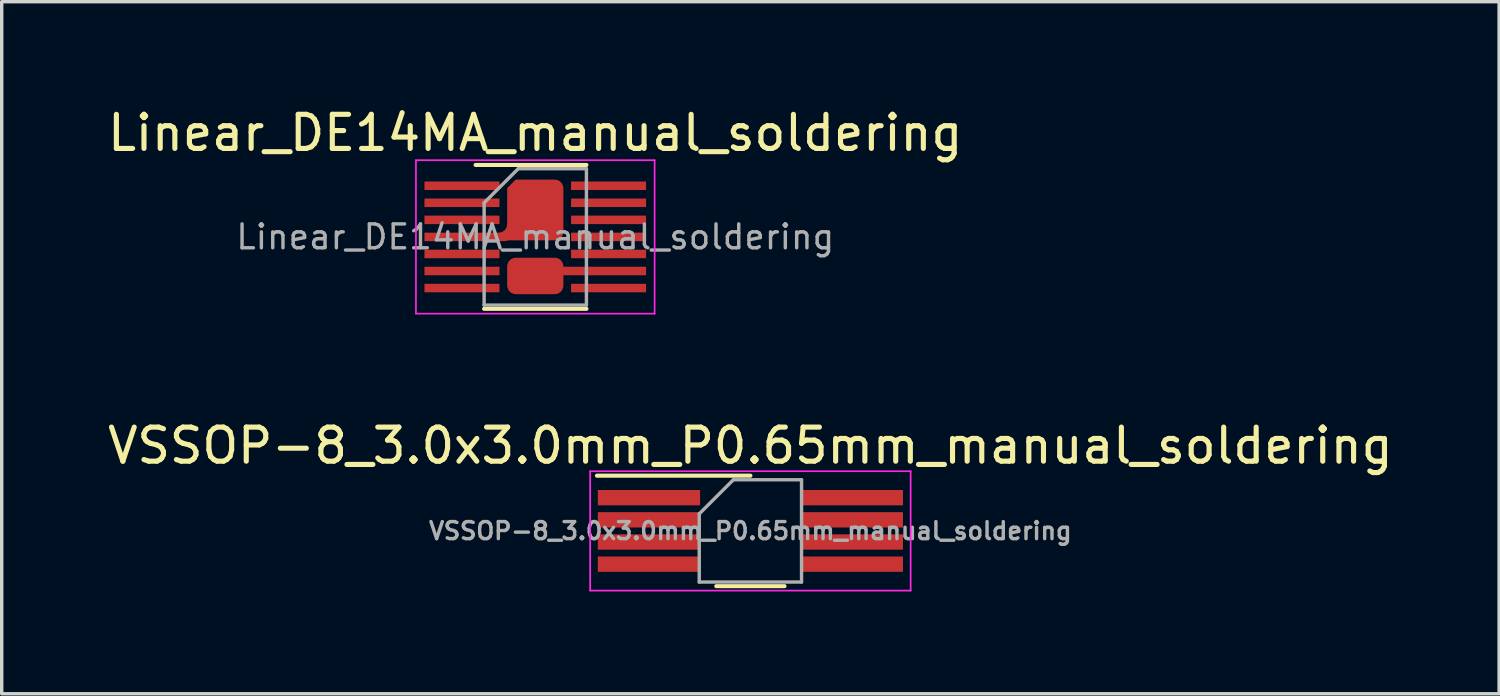
<source format=kicad_pcb>
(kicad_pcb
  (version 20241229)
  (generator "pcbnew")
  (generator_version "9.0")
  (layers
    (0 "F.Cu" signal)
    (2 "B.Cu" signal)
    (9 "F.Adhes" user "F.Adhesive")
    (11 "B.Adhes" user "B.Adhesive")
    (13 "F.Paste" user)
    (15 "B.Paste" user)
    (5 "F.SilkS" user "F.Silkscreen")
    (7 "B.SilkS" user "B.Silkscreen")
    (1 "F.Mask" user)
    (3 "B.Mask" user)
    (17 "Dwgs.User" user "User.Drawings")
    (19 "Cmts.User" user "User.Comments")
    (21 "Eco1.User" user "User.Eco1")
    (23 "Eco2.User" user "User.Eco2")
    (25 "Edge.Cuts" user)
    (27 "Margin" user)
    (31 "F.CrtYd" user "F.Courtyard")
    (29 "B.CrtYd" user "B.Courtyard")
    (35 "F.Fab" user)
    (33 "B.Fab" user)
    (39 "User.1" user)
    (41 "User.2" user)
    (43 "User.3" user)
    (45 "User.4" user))
  (footprint "Linear_DE14MA_manual_soldering"
    (layer "F.Cu")
    (at 12.649 3.898)
    (property "Reference" "Linear_DE14MA_manual_soldering" (at 0 -3.05 0) (layer "F.SilkS") (effects (font (size 1 1) (thickness 0.15))))
    (attr smd)
    (fp_line (start -1.75 -2.11) (end 1.5 -2.11) (stroke (width 0.12) (type solid)) (layer "F.SilkS"))
    (fp_line (start -1.5 2.11) (end 1.5 2.11) (stroke (width 0.12) (type solid)) (layer "F.SilkS"))
    (fp_line (start -3.5 -2.25) (end -3.5 2.25) (stroke (width 0.05) (type solid)) (layer "F.CrtYd"))
    (fp_line (start -3.5 -2.25) (end 3.5 -2.25) (stroke (width 0.05) (type solid)) (layer "F.CrtYd"))
    (fp_line (start -3.5 2.25) (end 3.5 2.25) (stroke (width 0.05) (type solid)) (layer "F.CrtYd"))
    (fp_line (start 3.5 -2.25) (end 3.5 2.25) (stroke (width 0.05) (type solid)) (layer "F.CrtYd"))
    (fp_line (start -1.5 -1) (end -0.5 -2) (stroke (width 0.1) (type solid)) (layer "F.Fab"))
    (fp_line (start -1.5 2) (end -1.5 -1) (stroke (width 0.1) (type solid)) (layer "F.Fab"))
    (fp_line (start -0.5 -2) (end 1.5 -2) (stroke (width 0.1) (type solid)) (layer "F.Fab"))
    (fp_line (start 1.5 -2) (end 1.5 2) (stroke (width 0.1) (type solid)) (layer "F.Fab"))
    (fp_line (start 1.5 2) (end -1.5 2) (stroke (width 0.1) (type solid)) (layer "F.Fab"))
    (fp_text user "${REFERENCE}" (at 0 0 0) (layer "F.Fab") (effects (font (size 0.7 0.7) (thickness 0.1))))
    (pad "1" smd rect (at -2.15 -1.5) (size 2.2 0.25) (layers "F.Cu" "F.Mask" "F.Paste"))
    (pad "2" smd rect (at -2.15 -1) (size 2.2 0.25) (layers "F.Cu" "F.Mask" "F.Paste"))
    (pad "3" smd rect (at -2.15 -0.5) (size 2.2 0.25) (layers "F.Cu" "F.Mask" "F.Paste"))
    (pad "4" smd custom (at 0 -0.79) (size 1.65 1.28) (layers "F.Cu" "F.Mask" "F.Paste") (options (anchor rect)) (primitives (gr_circle (center 0.575 -0.64) (end 0.825 -0.64) (width 0) (fill yes)) (gr_circle (center 0.575 0.64) (end 0.825 0.64) (width 0) (fill yes)) (gr_poly (pts (xy -0.575 -0.89) (xy 0.575 -0.89) (xy 0.575 0.89) (xy -0.825 0.89) (xy -0.825 -0.64)) (width 0) (fill yes)) (gr_poly (pts (xy -0.78 0.665) (xy -3.25 0.665) (xy -3.25 0.915) (xy -0.88 0.915) (xy -0.78 0.89)) (width 0) (fill yes)) (gr_poly (pts (xy -1.075 0.665) (xy -1.025 0.66) (xy -0.977 0.645) (xy -0.935 0.622) (xy -0.897 0.591) (xy -0.866 0.552) (xy -0.844 0.511) (xy -0.83 0.464) (xy -0.825 0.415) (xy -0.825 0.665)) (width 0.001) (fill yes))))
    (pad "5" smd rect (at -2.15 0.5) (size 2.2 0.25) (layers "F.Cu" "F.Mask" "F.Paste"))
    (pad "6" smd rect (at -2.15 1) (size 2.2 0.25) (layers "F.Cu" "F.Mask" "F.Paste"))
    (pad "7" smd rect (at -2.15 1.5) (size 2.2 0.25) (layers "F.Cu" "F.Mask" "F.Paste"))
    (pad "8" smd rect (at 2.15 1.5) (size 2.2 0.25) (layers "F.Cu" "F.Mask" "F.Paste"))
    (pad "9" smd custom (at 0 1.145) (size 1.15 1.07) (layers "F.Cu" "F.Mask" "F.Paste") (options (anchor rect)) (primitives (gr_circle (center -0.575 -0.285) (end -0.325 -0.285) (width 0) (fill yes)) (gr_circle (center 0.575 -0.285) (end 0.825 -0.285) (width 0) (fill yes)) (gr_circle (center -0.575 0.285) (end -0.325 0.285) (width 0) (fill yes)) (gr_circle (center 0.575 0.285) (end 0.825 0.285) (width 0) (fill yes)) (gr_poly (pts (xy -0.825 -0.285) (xy 0.825 -0.285) (xy 0.825 0.285) (xy -0.825 0.285)) (width 0) (fill yes)) (gr_poly (pts (xy 0.825 -0.27) (xy 3.25 -0.27) (xy 3.25 -0.02) (xy 0.825 -0.02)) (width 0) (fill yes))))
    (pad "10" smd rect (at 2.15 0.5) (size 2.2 0.25) (layers "F.Cu" "F.Mask" "F.Paste"))
    (pad "11" smd rect (at 2.15 0) (size 2.2 0.25) (layers "F.Cu" "F.Mask" "F.Paste"))
    (pad "12" smd rect (at 2.15 -0.5) (size 2.2 0.25) (layers "F.Cu" "F.Mask" "F.Paste"))
    (pad "13" smd rect (at 2.15 -1) (size 2.2 0.25) (layers "F.Cu" "F.Mask" "F.Paste"))
    (pad "14" smd rect (at 2.15 -1.5) (size 2.2 0.25) (layers "F.Cu" "F.Mask" "F.Paste")))
  (footprint "VSSOP-8_3.0x3.0mm_P0.65mm_manual_soldering"
    (layer "F.Cu")
    (at 18.958 12.521)
    (property "Reference" "VSSOP-8_3.0x3.0mm_P0.65mm_manual_soldering" (at 0 -2.5 0) (layer "F.SilkS") (effects (font (size 1 1) (thickness 0.15))))
    (attr smd)
    (fp_line (start 0 -1.62) (end -4.5 -1.62) (stroke (width 0.12) (type solid)) (layer "F.SilkS"))
    (fp_line (start 1 1.62) (end -1 1.62) (stroke (width 0.12) (type solid)) (layer "F.SilkS"))
    (fp_line (start -4.7 -1.75) (end 4.7 -1.75) (stroke (width 0.05) (type solid)) (layer "F.CrtYd"))
    (fp_line (start -4.7 1.75) (end -4.7 -1.75) (stroke (width 0.05) (type solid)) (layer "F.CrtYd"))
    (fp_line (start 4.7 -1.75) (end 4.7 1.75) (stroke (width 0.05) (type solid)) (layer "F.CrtYd"))
    (fp_line (start 4.7 1.75) (end -4.7 1.75) (stroke (width 0.05) (type solid)) (layer "F.CrtYd"))
    (fp_line (start -1.5 1.5) (end -1.5 -0.5) (stroke (width 0.1) (type solid)) (layer "F.Fab"))
    (fp_line (start -0.5 -1.5) (end -1.5 -0.5) (stroke (width 0.1) (type solid)) (layer "F.Fab"))
    (fp_line (start -0.5 -1.5) (end 1.5 -1.5) (stroke (width 0.1) (type solid)) (layer "F.Fab"))
    (fp_line (start 1.5 -1.5) (end 1.5 1.5) (stroke (width 0.1) (type solid)) (layer "F.Fab"))
    (fp_line (start 1.5 1.5) (end -1.5 1.5) (stroke (width 0.1) (type solid)) (layer "F.Fab"))
    (fp_text user "${REFERENCE}" (at 0 0 0) (layer "F.Fab") (effects (font (size 0.5 0.5) (thickness 0.1))))
    (pad "1" smd rect (at -2.975 -0.975 270) (size 0.45 3) (layers "F.Cu" "F.Mask" "F.Paste"))
    (pad "2" smd rect (at -2.975 -0.325 270) (size 0.45 3) (layers "F.Cu" "F.Mask" "F.Paste"))
    (pad "3" smd rect (at -2.975 0.325 270) (size 0.45 3) (layers "F.Cu" "F.Mask" "F.Paste"))
    (pad "4" smd rect (at -2.975 0.975 270) (size 0.45 3) (layers "F.Cu" "F.Mask" "F.Paste"))
    (pad "5" smd rect (at 2.975 0.975 270) (size 0.45 3) (layers "F.Cu" "F.Mask" "F.Paste"))
    (pad "6" smd rect (at 2.975 0.325 270) (size 0.45 3) (layers "F.Cu" "F.Mask" "F.Paste"))
    (pad "7" smd rect (at 2.975 -0.325 270) (size 0.45 3) (layers "F.Cu" "F.Mask" "F.Paste"))
    (pad "8" smd rect (at 2.975 -0.975 270) (size 0.45 3) (layers "F.Cu" "F.Mask" "F.Paste")))
  (gr_rect
    (start -3 -3)
    (end 40.917 17.297)
    (stroke (width 0.1) (type default))
    (fill no)
    (layer "Edge.Cuts")))
</source>
